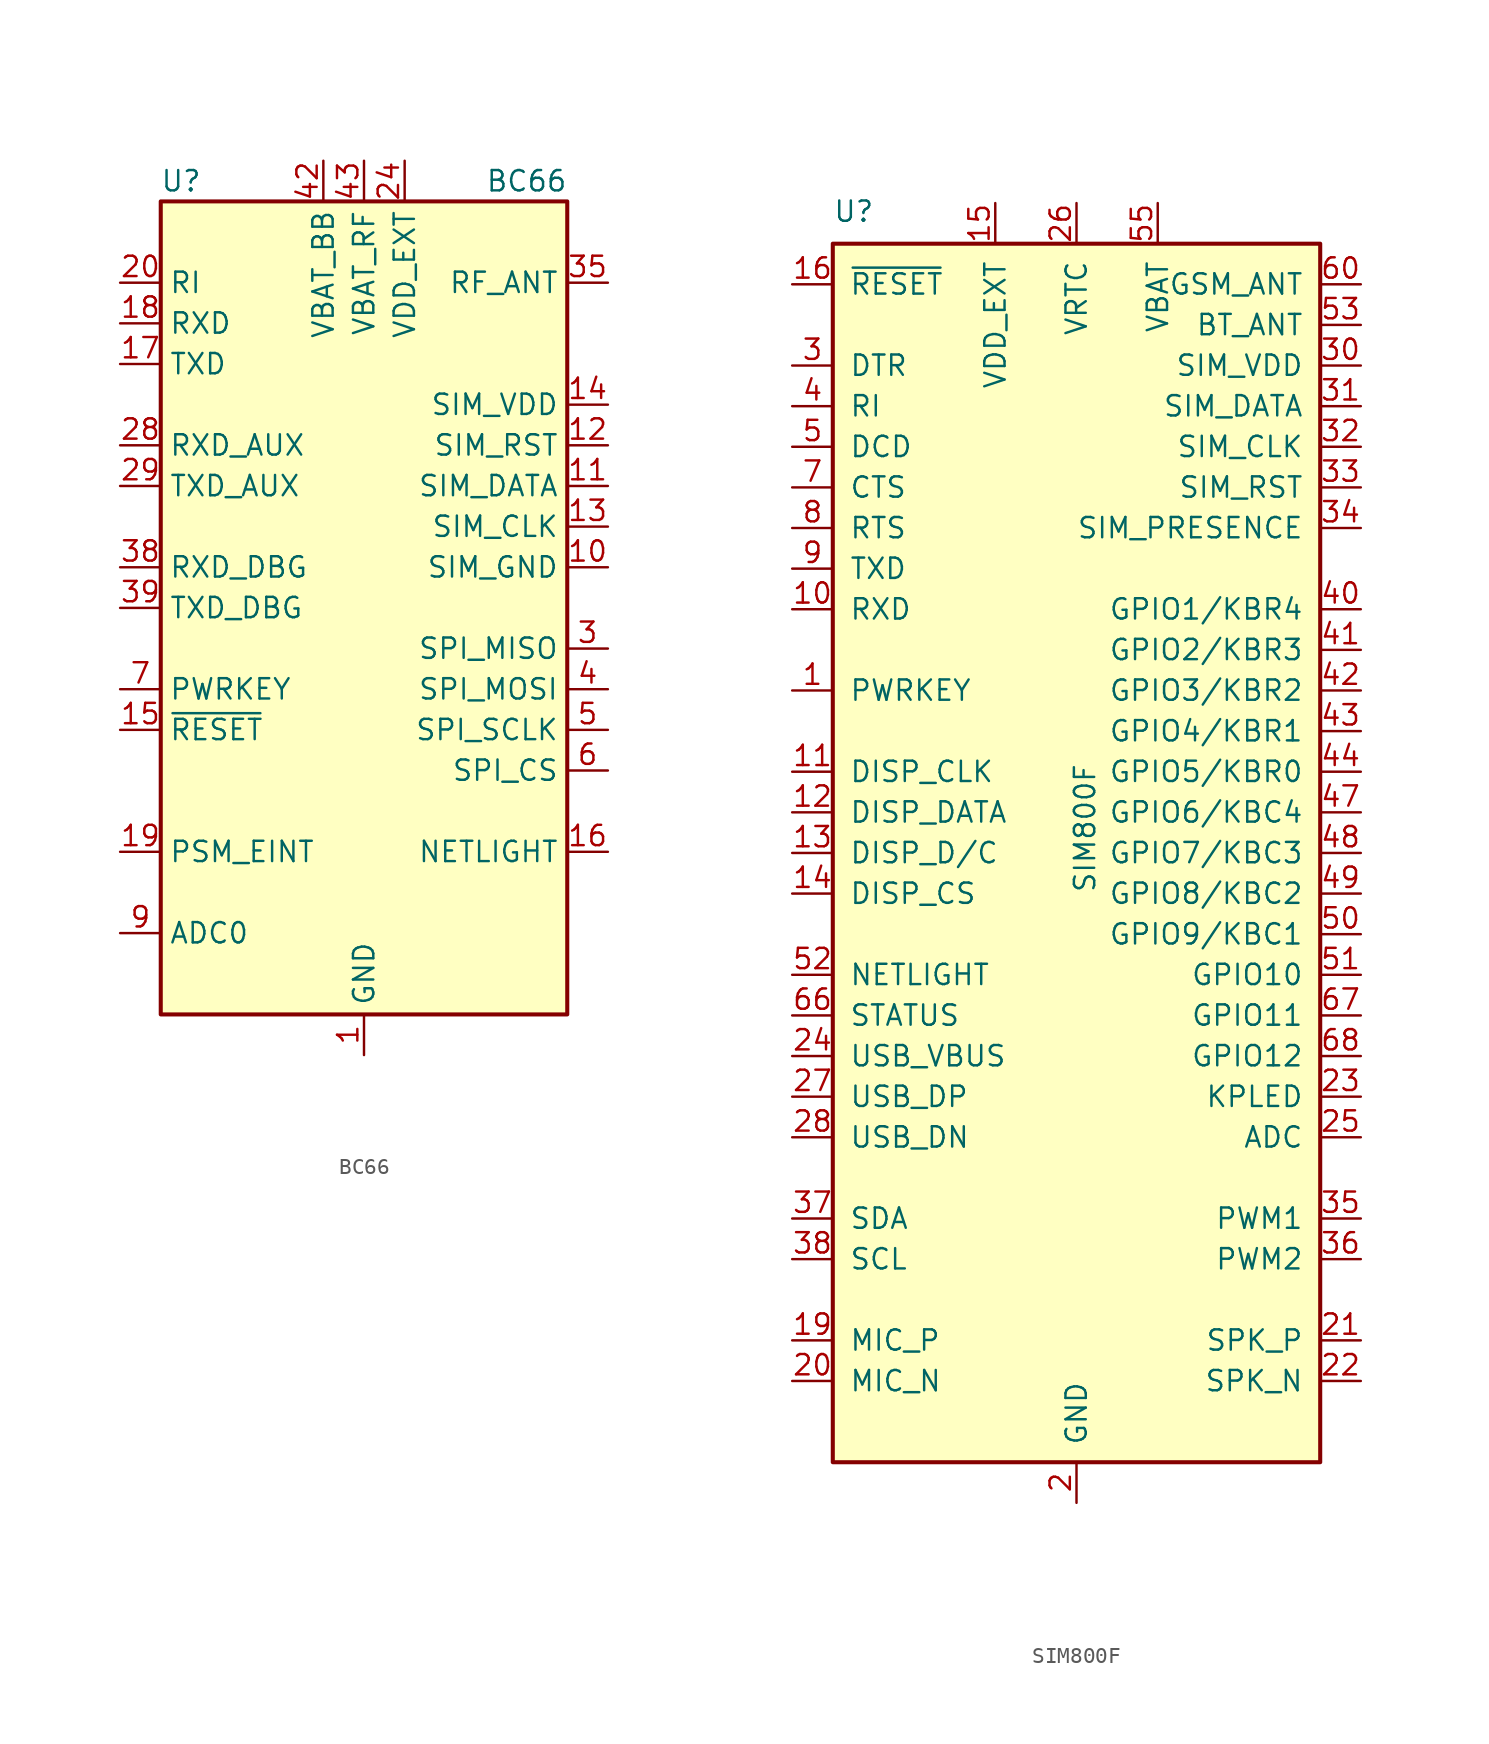
<source format=kicad_sym>
(kicad_symbol_lib
  (version 20201005)
  (generator kicad_symbol_editor)
  (symbol "BC66"
    (property "Reference" "U"
      (at -11.43 26.67 0)
      (effects (font (size 1.27 1.27))))
    (property "Value" "BC66"
      (at 10.16 26.67 0)
      (effects (font (size 1.27 1.27))))
    (symbol "BC66_0_1"
      (rectangle (start -12.7 25.4) (end 12.7 -25.4) (stroke (width 0.254)) (fill (type background))))
    (symbol "BC66_1_1"
      (pin power_in line (at 0 -27.94 90) (length 2.54) (name "GND" (effects (font (size 1.27 1.27)))) (number "1" (effects (font (size 1.27 1.27)))))
      (pin power_out line (at 15.24 2.54 180) (length 2.54) (name "SIM_GND" (effects (font (size 1.27 1.27)))) (number "10" (effects (font (size 1.27 1.27)))))
      (pin bidirectional line (at 15.24 7.62 180) (length 2.54) (name "SIM_DATA" (effects (font (size 1.27 1.27)))) (number "11" (effects (font (size 1.27 1.27)))))
      (pin output line (at 15.24 10.16 180) (length 2.54) (name "SIM_RST" (effects (font (size 1.27 1.27)))) (number "12" (effects (font (size 1.27 1.27)))))
      (pin output line (at 15.24 5.08 180) (length 2.54) (name "SIM_CLK" (effects (font (size 1.27 1.27)))) (number "13" (effects (font (size 1.27 1.27)))))
      (pin power_out line (at 15.24 12.7 180) (length 2.54) (name "SIM_VDD" (effects (font (size 1.27 1.27)))) (number "14" (effects (font (size 1.27 1.27)))))
      (pin input line (at -15.24 -7.62 0) (length 2.54) (name "~RESET" (effects (font (size 1.27 1.27)))) (number "15" (effects (font (size 1.27 1.27)))))
      (pin output line (at 15.24 -15.24 180) (length 2.54) (name "NETLIGHT" (effects (font (size 1.27 1.27)))) (number "16" (effects (font (size 1.27 1.27)))))
      (pin output line (at -15.24 15.24 0) (length 2.54) (name "TXD" (effects (font (size 1.27 1.27)))) (number "17" (effects (font (size 1.27 1.27)))))
      (pin input line (at -15.24 17.78 0) (length 2.54) (name "RXD" (effects (font (size 1.27 1.27)))) (number "18" (effects (font (size 1.27 1.27)))))
      (pin input line (at -15.24 -15.24 0) (length 2.54) (name "PSM_EINT" (effects (font (size 1.27 1.27)))) (number "19" (effects (font (size 1.27 1.27)))))
      (pin no_connect line (at -5.08 25.4 270) (length 2.54) hide (name "RESERVED" (effects (font (size 1.27 1.27)))) (number "2" (effects (font (size 1.27 1.27)))))
      (pin output line (at -15.24 20.32 0) (length 2.54) (name "RI" (effects (font (size 1.27 1.27)))) (number "20" (effects (font (size 1.27 1.27)))))
      (pin no_connect line (at -12.7 12.7 0) (length 2.54) hide (name "RESERVED" (effects (font (size 1.27 1.27)))) (number "21" (effects (font (size 1.27 1.27)))))
      (pin no_connect line (at -12.7 5.08 0) (length 2.54) hide (name "RESERVED" (effects (font (size 1.27 1.27)))) (number "22" (effects (font (size 1.27 1.27)))))
      (pin no_connect line (at -12.7 -2.54 0) (length 2.54) hide (name "RESERVED" (effects (font (size 1.27 1.27)))) (number "23" (effects (font (size 1.27 1.27)))))
      (pin power_out line (at 2.54 27.94 270) (length 2.54) (name "VDD_EXT" (effects (font (size 1.27 1.27)))) (number "24" (effects (font (size 1.27 1.27)))))
      (pin no_connect line (at -12.7 -10.16 0) (length 2.54) hide (name "RESERVED" (effects (font (size 1.27 1.27)))) (number "25" (effects (font (size 1.27 1.27)))))
      (pin no_connect line (at -12.7 -17.78 0) (length 2.54) hide (name "RESERVED" (effects (font (size 1.27 1.27)))) (number "26" (effects (font (size 1.27 1.27)))))
      (pin passive line (at 0 -27.94 90) (length 2.54) hide (name "GND" (effects (font (size 1.27 1.27)))) (number "27" (effects (font (size 1.27 1.27)))))
      (pin input line (at -15.24 10.16 0) (length 2.54) (name "RXD_AUX" (effects (font (size 1.27 1.27)))) (number "28" (effects (font (size 1.27 1.27)))))
      (pin output line (at -15.24 7.62 0) (length 2.54) (name "TXD_AUX" (effects (font (size 1.27 1.27)))) (number "29" (effects (font (size 1.27 1.27)))))
      (pin input line (at 15.24 -2.54 180) (length 2.54) (name "SPI_MISO" (effects (font (size 1.27 1.27)))) (number "3" (effects (font (size 1.27 1.27)))))
      (pin no_connect line (at -12.7 -22.86 0) (length 2.54) hide (name "RESERVED" (effects (font (size 1.27 1.27)))) (number "30" (effects (font (size 1.27 1.27)))))
      (pin no_connect line (at -10.16 -25.4 90) (length 2.54) hide (name "RESERVED" (effects (font (size 1.27 1.27)))) (number "31" (effects (font (size 1.27 1.27)))))
      (pin no_connect line (at -7.62 -25.4 90) (length 2.54) hide (name "RESERVED" (effects (font (size 1.27 1.27)))) (number "32" (effects (font (size 1.27 1.27)))))
      (pin no_connect line (at -5.08 -25.4 90) (length 2.54) hide (name "RESERVED" (effects (font (size 1.27 1.27)))) (number "33" (effects (font (size 1.27 1.27)))))
      (pin passive line (at 0 -27.94 90) (length 2.54) hide (name "GND" (effects (font (size 1.27 1.27)))) (number "34" (effects (font (size 1.27 1.27)))))
      (pin passive line (at 15.24 20.32 180) (length 2.54) (name "RF_ANT" (effects (font (size 1.27 1.27)))) (number "35" (effects (font (size 1.27 1.27)))))
      (pin passive line (at 0 -27.94 90) (length 2.54) hide (name "GND" (effects (font (size 1.27 1.27)))) (number "36" (effects (font (size 1.27 1.27)))))
      (pin passive line (at 0 -27.94 90) (length 2.54) hide (name "GND" (effects (font (size 1.27 1.27)))) (number "37" (effects (font (size 1.27 1.27)))))
      (pin input line (at -15.24 2.54 0) (length 2.54) (name "RXD_DBG" (effects (font (size 1.27 1.27)))) (number "38" (effects (font (size 1.27 1.27)))))
      (pin output line (at -15.24 0 0) (length 2.54) (name "TXD_DBG" (effects (font (size 1.27 1.27)))) (number "39" (effects (font (size 1.27 1.27)))))
      (pin output line (at 15.24 -5.08 180) (length 2.54) (name "SPI_MOSI" (effects (font (size 1.27 1.27)))) (number "4" (effects (font (size 1.27 1.27)))))
      (pin passive line (at 0 -27.94 90) (length 2.54) hide (name "GND" (effects (font (size 1.27 1.27)))) (number "40" (effects (font (size 1.27 1.27)))))
      (pin passive line (at 0 -27.94 90) (length 2.54) hide (name "GND" (effects (font (size 1.27 1.27)))) (number "41" (effects (font (size 1.27 1.27)))))
      (pin power_in line (at -2.54 27.94 270) (length 2.54) (name "VBAT_BB" (effects (font (size 1.27 1.27)))) (number "42" (effects (font (size 1.27 1.27)))))
      (pin power_in line (at 0 27.94 270) (length 2.54) (name "VBAT_RF" (effects (font (size 1.27 1.27)))) (number "43" (effects (font (size 1.27 1.27)))))
      (pin no_connect line (at -2.54 -25.4 90) (length 2.54) hide (name "RESERVED" (effects (font (size 1.27 1.27)))) (number "44" (effects (font (size 1.27 1.27)))))
      (pin no_connect line (at 5.08 -25.4 90) (length 2.54) hide (name "RESERVED" (effects (font (size 1.27 1.27)))) (number "45" (effects (font (size 1.27 1.27)))))
      (pin no_connect line (at 7.62 -25.4 90) (length 2.54) hide (name "RESERVED" (effects (font (size 1.27 1.27)))) (number "46" (effects (font (size 1.27 1.27)))))
      (pin no_connect line (at 10.16 -25.4 90) (length 2.54) hide (name "RESERVED" (effects (font (size 1.27 1.27)))) (number "47" (effects (font (size 1.27 1.27)))))
      (pin no_connect line (at 12.7 -22.86 180) (length 2.54) hide (name "RESERVED" (effects (font (size 1.27 1.27)))) (number "48" (effects (font (size 1.27 1.27)))))
      (pin no_connect line (at 12.7 -20.32 180) (length 2.54) hide (name "RESERVED" (effects (font (size 1.27 1.27)))) (number "49" (effects (font (size 1.27 1.27)))))
      (pin output line (at 15.24 -7.62 180) (length 2.54) (name "SPI_SCLK" (effects (font (size 1.27 1.27)))) (number "5" (effects (font (size 1.27 1.27)))))
      (pin no_connect line (at 12.7 -17.78 180) (length 2.54) hide (name "RESERVED" (effects (font (size 1.27 1.27)))) (number "50" (effects (font (size 1.27 1.27)))))
      (pin no_connect line (at -12.7 -12.7 0) (length 2.54) hide (name "RESERVED" (effects (font (size 1.27 1.27)))) (number "51" (effects (font (size 1.27 1.27)))))
      (pin no_connect line (at 12.7 -12.7 180) (length 2.54) hide (name "RESERVED" (effects (font (size 1.27 1.27)))) (number "52" (effects (font (size 1.27 1.27)))))
      (pin no_connect line (at 12.7 0 180) (length 2.54) hide (name "RESERVED" (effects (font (size 1.27 1.27)))) (number "53" (effects (font (size 1.27 1.27)))))
      (pin no_connect line (at 2.54 -25.4 90) (length 2.54) hide (name "RESERVED" (effects (font (size 1.27 1.27)))) (number "54" (effects (font (size 1.27 1.27)))))
      (pin no_connect line (at 12.7 17.78 180) (length 2.54) hide (name "RESERVED" (effects (font (size 1.27 1.27)))) (number "55" (effects (font (size 1.27 1.27)))))
      (pin no_connect line (at 12.7 15.24 180) (length 2.54) hide (name "RESERVED" (effects (font (size 1.27 1.27)))) (number "56" (effects (font (size 1.27 1.27)))))
      (pin no_connect line (at 12.7 22.86 180) (length 2.54) hide (name "RESERVED" (effects (font (size 1.27 1.27)))) (number "57" (effects (font (size 1.27 1.27)))))
      (pin no_connect line (at 5.08 25.4 270) (length 2.54) hide (name "RESERVED" (effects (font (size 1.27 1.27)))) (number "58" (effects (font (size 1.27 1.27)))))
      (pin output line (at 15.24 -10.16 180) (length 2.54) (name "SPI_CS" (effects (font (size 1.27 1.27)))) (number "6" (effects (font (size 1.27 1.27)))))
      (pin input line (at -15.24 -5.08 0) (length 2.54) (name "PWRKEY" (effects (font (size 1.27 1.27)))) (number "7" (effects (font (size 1.27 1.27)))))
      (pin no_connect line (at -12.7 22.86 0) (length 2.54) hide (name "RESERVED" (effects (font (size 1.27 1.27)))) (number "8" (effects (font (size 1.27 1.27)))))
      (pin input line (at -15.24 -20.32 0) (length 2.54) (name "ADC0" (effects (font (size 1.27 1.27)))) (number "9" (effects (font (size 1.27 1.27)))))))
  (symbol "SIM800F"
    (pin_names
      (offset 1.016))
    (property "Reference" "U"
      (at -15.24 36.83 0)
      (effects (font (size 1.27 1.27)) (justify left bottom)))
    (property "Value" "SIM800F"
      (at 1.27 -5.08 90)
      (effects (font (size 1.27 1.27)) (justify left bottom)))
    (symbol "SIM800F_0_0"
      (pin passive line (at 17.78 30.48 180) (length 2.54) (name "BT_ANT" (effects (font (size 1.27 1.27)))) (number "53" (effects (font (size 1.27 1.27))))))
    (symbol "SIM800F_1_1"
      (rectangle (start -15.24 35.56) (end 15.24 -40.64) (stroke (width 0.254)) (fill (type background)))
      (pin input line (at -17.78 7.62 0) (length 2.54) (name "PWRKEY" (effects (font (size 1.27 1.27)))) (number "1" (effects (font (size 1.27 1.27)))))
      (pin input line (at -17.78 12.7 0) (length 2.54) (name "RXD" (effects (font (size 1.27 1.27)))) (number "10" (effects (font (size 1.27 1.27)))))
      (pin output line (at -17.78 2.54 0) (length 2.54) (name "DISP_CLK" (effects (font (size 1.27 1.27)))) (number "11" (effects (font (size 1.27 1.27)))))
      (pin bidirectional line (at -17.78 0 0) (length 2.54) (name "DISP_DATA" (effects (font (size 1.27 1.27)))) (number "12" (effects (font (size 1.27 1.27)))))
      (pin output line (at -17.78 -2.54 0) (length 2.54) (name "DISP_D/C" (effects (font (size 1.27 1.27)))) (number "13" (effects (font (size 1.27 1.27)))))
      (pin output line (at -17.78 -5.08 0) (length 2.54) (name "DISP_CS" (effects (font (size 1.27 1.27)))) (number "14" (effects (font (size 1.27 1.27)))))
      (pin power_out line (at -5.08 38.1 270) (length 2.54) (name "VDD_EXT" (effects (font (size 1.27 1.27)))) (number "15" (effects (font (size 1.27 1.27)))))
      (pin input line (at -17.78 33.02 0) (length 2.54) (name "~RESET~" (effects (font (size 1.27 1.27)))) (number "16" (effects (font (size 1.27 1.27)))))
      (pin passive line (at 0 -43.18 90) (length 2.54) hide (name "GND" (effects (font (size 1.27 1.27)))) (number "17" (effects (font (size 1.27 1.27)))))
      (pin passive line (at 0 -43.18 90) (length 2.54) hide (name "GND" (effects (font (size 1.27 1.27)))) (number "18" (effects (font (size 1.27 1.27)))))
      (pin input line (at -17.78 -33.02 0) (length 2.54) (name "MIC_P" (effects (font (size 1.27 1.27)))) (number "19" (effects (font (size 1.27 1.27)))))
      (pin passive line (at 0 -43.18 90) (length 2.54) (name "GND" (effects (font (size 1.27 1.27)))) (number "2" (effects (font (size 1.27 1.27)))))
      (pin input line (at -17.78 -35.56 0) (length 2.54) (name "MIC_N" (effects (font (size 1.27 1.27)))) (number "20" (effects (font (size 1.27 1.27)))))
      (pin output line (at 17.78 -33.02 180) (length 2.54) (name "SPK_P" (effects (font (size 1.27 1.27)))) (number "21" (effects (font (size 1.27 1.27)))))
      (pin output line (at 17.78 -35.56 180) (length 2.54) (name "SPK_N" (effects (font (size 1.27 1.27)))) (number "22" (effects (font (size 1.27 1.27)))))
      (pin output line (at 17.78 -17.78 180) (length 2.54) (name "KPLED" (effects (font (size 1.27 1.27)))) (number "23" (effects (font (size 1.27 1.27)))))
      (pin power_in line (at -17.78 -15.24 0) (length 2.54) (name "USB_VBUS" (effects (font (size 1.27 1.27)))) (number "24" (effects (font (size 1.27 1.27)))))
      (pin input line (at 17.78 -20.32 180) (length 2.54) (name "ADC" (effects (font (size 1.27 1.27)))) (number "25" (effects (font (size 1.27 1.27)))))
      (pin power_in line (at 0 38.1 270) (length 2.54) (name "VRTC" (effects (font (size 1.27 1.27)))) (number "26" (effects (font (size 1.27 1.27)))))
      (pin output line (at -17.78 -17.78 0) (length 2.54) (name "USB_DP" (effects (font (size 1.27 1.27)))) (number "27" (effects (font (size 1.27 1.27)))))
      (pin input line (at -17.78 -20.32 0) (length 2.54) (name "USB_DN" (effects (font (size 1.27 1.27)))) (number "28" (effects (font (size 1.27 1.27)))))
      (pin passive line (at 0 -43.18 90) (length 2.54) hide (name "GND" (effects (font (size 1.27 1.27)))) (number "29" (effects (font (size 1.27 1.27)))))
      (pin input line (at -17.78 27.94 0) (length 2.54) (name "DTR" (effects (font (size 1.27 1.27)))) (number "3" (effects (font (size 1.27 1.27)))))
      (pin power_out line (at 17.78 27.94 180) (length 2.54) (name "SIM_VDD" (effects (font (size 1.27 1.27)))) (number "30" (effects (font (size 1.27 1.27)))))
      (pin bidirectional line (at 17.78 25.4 180) (length 2.54) (name "SIM_DATA" (effects (font (size 1.27 1.27)))) (number "31" (effects (font (size 1.27 1.27)))))
      (pin output line (at 17.78 22.86 180) (length 2.54) (name "SIM_CLK" (effects (font (size 1.27 1.27)))) (number "32" (effects (font (size 1.27 1.27)))))
      (pin output line (at 17.78 20.32 180) (length 2.54) (name "SIM_RST" (effects (font (size 1.27 1.27)))) (number "33" (effects (font (size 1.27 1.27)))))
      (pin input line (at 17.78 17.78 180) (length 2.54) (name "SIM_PRESENCE" (effects (font (size 1.27 1.27)))) (number "34" (effects (font (size 1.27 1.27)))))
      (pin output line (at 17.78 -25.4 180) (length 2.54) (name "PWM1" (effects (font (size 1.27 1.27)))) (number "35" (effects (font (size 1.27 1.27)))))
      (pin output line (at 17.78 -27.94 180) (length 2.54) (name "PWM2" (effects (font (size 1.27 1.27)))) (number "36" (effects (font (size 1.27 1.27)))))
      (pin bidirectional line (at -17.78 -25.4 0) (length 2.54) (name "SDA" (effects (font (size 1.27 1.27)))) (number "37" (effects (font (size 1.27 1.27)))))
      (pin output line (at -17.78 -27.94 0) (length 2.54) (name "SCL" (effects (font (size 1.27 1.27)))) (number "38" (effects (font (size 1.27 1.27)))))
      (pin passive line (at 0 -43.18 90) (length 2.54) hide (name "GND" (effects (font (size 1.27 1.27)))) (number "39" (effects (font (size 1.27 1.27)))))
      (pin output line (at -17.78 25.4 0) (length 2.54) (name "RI" (effects (font (size 1.27 1.27)))) (number "4" (effects (font (size 1.27 1.27)))))
      (pin bidirectional line (at 17.78 12.7 180) (length 2.54) (name "GPIO1/KBR4" (effects (font (size 1.27 1.27)))) (number "40" (effects (font (size 1.27 1.27)))))
      (pin bidirectional line (at 17.78 10.16 180) (length 2.54) (name "GPIO2/KBR3" (effects (font (size 1.27 1.27)))) (number "41" (effects (font (size 1.27 1.27)))))
      (pin bidirectional line (at 17.78 7.62 180) (length 2.54) (name "GPIO3/KBR2" (effects (font (size 1.27 1.27)))) (number "42" (effects (font (size 1.27 1.27)))))
      (pin bidirectional line (at 17.78 5.08 180) (length 2.54) (name "GPIO4/KBR1" (effects (font (size 1.27 1.27)))) (number "43" (effects (font (size 1.27 1.27)))))
      (pin bidirectional line (at 17.78 2.54 180) (length 2.54) (name "GPIO5/KBR0" (effects (font (size 1.27 1.27)))) (number "44" (effects (font (size 1.27 1.27)))))
      (pin passive line (at 0 -43.18 90) (length 2.54) hide (name "GND" (effects (font (size 1.27 1.27)))) (number "45" (effects (font (size 1.27 1.27)))))
      (pin passive line (at 0 -43.18 90) (length 2.54) hide (name "GND" (effects (font (size 1.27 1.27)))) (number "46" (effects (font (size 1.27 1.27)))))
      (pin bidirectional line (at 17.78 0 180) (length 2.54) (name "GPIO6/KBC4" (effects (font (size 1.27 1.27)))) (number "47" (effects (font (size 1.27 1.27)))))
      (pin bidirectional line (at 17.78 -2.54 180) (length 2.54) (name "GPIO7/KBC3" (effects (font (size 1.27 1.27)))) (number "48" (effects (font (size 1.27 1.27)))))
      (pin bidirectional line (at 17.78 -5.08 180) (length 2.54) (name "GPIO8/KBC2" (effects (font (size 1.27 1.27)))) (number "49" (effects (font (size 1.27 1.27)))))
      (pin output line (at -17.78 22.86 0) (length 2.54) (name "DCD" (effects (font (size 1.27 1.27)))) (number "5" (effects (font (size 1.27 1.27)))))
      (pin bidirectional line (at 17.78 -7.62 180) (length 2.54) (name "GPIO9/KBC1" (effects (font (size 1.27 1.27)))) (number "50" (effects (font (size 1.27 1.27)))))
      (pin bidirectional line (at 17.78 -10.16 180) (length 2.54) (name "GPIO10" (effects (font (size 1.27 1.27)))) (number "51" (effects (font (size 1.27 1.27)))))
      (pin output line (at -17.78 -10.16 0) (length 2.54) (name "NETLIGHT" (effects (font (size 1.27 1.27)))) (number "52" (effects (font (size 1.27 1.27)))))
      (pin passive line (at 0 -43.18 90) (length 2.54) hide (name "GND" (effects (font (size 1.27 1.27)))) (number "54" (effects (font (size 1.27 1.27)))))
      (pin power_in line (at 5.08 38.1 270) (length 2.54) (name "VBAT" (effects (font (size 1.27 1.27)))) (number "55" (effects (font (size 1.27 1.27)))))
      (pin passive line (at 5.08 38.1 270) (length 2.54) hide (name "VBAT" (effects (font (size 1.27 1.27)))) (number "56" (effects (font (size 1.27 1.27)))))
      (pin passive line (at 5.08 38.1 270) (length 2.54) hide (name "VBAT" (effects (font (size 1.27 1.27)))) (number "57" (effects (font (size 1.27 1.27)))))
      (pin passive line (at 0 -43.18 90) (length 2.54) hide (name "GND" (effects (font (size 1.27 1.27)))) (number "58" (effects (font (size 1.27 1.27)))))
      (pin passive line (at 0 -43.18 90) (length 2.54) hide (name "GND" (effects (font (size 1.27 1.27)))) (number "59" (effects (font (size 1.27 1.27)))))
      (pin no_connect line (at 15.24 15.24 180) (length 2.54) hide (name "NC" (effects (font (size 1.27 1.27)))) (number "6" (effects (font (size 1.27 1.27)))))
      (pin passive line (at 17.78 33.02 180) (length 2.54) (name "GSM_ANT" (effects (font (size 1.27 1.27)))) (number "60" (effects (font (size 1.27 1.27)))))
      (pin passive line (at 0 -43.18 90) (length 2.54) hide (name "GND" (effects (font (size 1.27 1.27)))) (number "61" (effects (font (size 1.27 1.27)))))
      (pin passive line (at 0 -43.18 90) (length 2.54) hide (name "GND" (effects (font (size 1.27 1.27)))) (number "62" (effects (font (size 1.27 1.27)))))
      (pin passive line (at 0 -43.18 90) (length 2.54) hide (name "GND" (effects (font (size 1.27 1.27)))) (number "63" (effects (font (size 1.27 1.27)))))
      (pin passive line (at 0 -43.18 90) (length 2.54) hide (name "GND" (effects (font (size 1.27 1.27)))) (number "64" (effects (font (size 1.27 1.27)))))
      (pin passive line (at 0 -43.18 90) (length 2.54) hide (name "GND" (effects (font (size 1.27 1.27)))) (number "65" (effects (font (size 1.27 1.27)))))
      (pin output line (at -17.78 -12.7 0) (length 2.54) (name "STATUS" (effects (font (size 1.27 1.27)))) (number "66" (effects (font (size 1.27 1.27)))))
      (pin bidirectional line (at 17.78 -12.7 180) (length 2.54) (name "GPIO11" (effects (font (size 1.27 1.27)))) (number "67" (effects (font (size 1.27 1.27)))))
      (pin bidirectional line (at 17.78 -15.24 180) (length 2.54) (name "GPIO12" (effects (font (size 1.27 1.27)))) (number "68" (effects (font (size 1.27 1.27)))))
      (pin output line (at -17.78 20.32 0) (length 2.54) (name "CTS" (effects (font (size 1.27 1.27)))) (number "7" (effects (font (size 1.27 1.27)))))
      (pin input line (at -17.78 17.78 0) (length 2.54) (name "RTS" (effects (font (size 1.27 1.27)))) (number "8" (effects (font (size 1.27 1.27)))))
      (pin output line (at -17.78 15.24 0) (length 2.54) (name "TXD" (effects (font (size 1.27 1.27)))) (number "9" (effects (font (size 1.27 1.27))))))))
</source>
